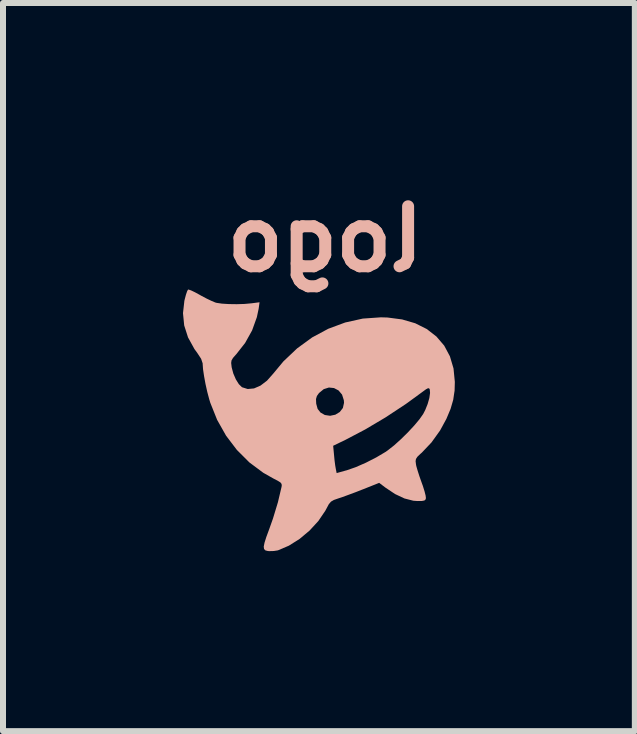
<source format=kicad_pcb>
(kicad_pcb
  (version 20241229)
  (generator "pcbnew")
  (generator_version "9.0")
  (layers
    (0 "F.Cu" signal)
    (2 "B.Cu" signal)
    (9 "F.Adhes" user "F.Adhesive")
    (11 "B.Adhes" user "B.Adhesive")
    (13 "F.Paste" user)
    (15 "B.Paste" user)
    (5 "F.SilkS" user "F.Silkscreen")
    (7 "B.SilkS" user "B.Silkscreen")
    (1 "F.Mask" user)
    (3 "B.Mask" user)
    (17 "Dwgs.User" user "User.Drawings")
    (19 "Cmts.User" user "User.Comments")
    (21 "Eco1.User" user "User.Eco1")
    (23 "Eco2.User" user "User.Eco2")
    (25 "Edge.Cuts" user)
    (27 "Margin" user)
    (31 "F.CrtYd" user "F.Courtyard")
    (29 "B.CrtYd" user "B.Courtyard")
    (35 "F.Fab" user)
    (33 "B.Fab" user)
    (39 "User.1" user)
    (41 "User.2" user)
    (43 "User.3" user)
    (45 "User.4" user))
  (footprint "logo"
    (layer "F.Cu")
    (at 2.396 3.711)
    (property "Reference" "logo" (at -0.025 -2.775 0) (layer "B.SilkS") (effects (font (size 1 1) (thickness 0.2)) (justify mirror)))
    (attr board_only exclude_from_pos_files exclude_from_bom)
    (fp_poly (pts (xy -2.312 -1.934) (xy -2.327 -1.907) (xy -2.347 -1.848) (xy -2.368 -1.768) (xy -2.373 -1.747) (xy -2.396 -1.541) (xy -2.376 -1.337) (xy -2.312 -1.137) (xy -2.205 -0.943) (xy -2.157 -0.877) (xy -2.094 -0.781) (xy -2.068 -0.704) (xy -2.068 -0.694) (xy -2.062 -0.608) (xy -2.045 -0.493) (xy -2.021 -0.362) (xy -1.991 -0.228) (xy -1.958 -0.104) (xy -1.941 -0.048) (xy -1.827 0.237) (xy -1.678 0.501) (xy -1.498 0.738) (xy -1.29 0.946) (xy -1.058 1.119) (xy -0.894 1.212) (xy -0.817 1.252) (xy -0.772 1.28) (xy -0.753 1.305) (xy -0.75 1.335) (xy -0.755 1.361) (xy -0.814 1.611) (xy -0.896 1.881) (xy -0.959 2.059) (xy -1.007 2.189) (xy -1.037 2.284) (xy -1.05 2.349) (xy -1.045 2.39) (xy -1.022 2.413) (xy -0.982 2.423) (xy -0.957 2.425) (xy -0.883 2.423) (xy -0.819 2.413) (xy -0.811 2.411) (xy -0.631 2.334) (xy -0.453 2.222) (xy -0.286 2.082) (xy -0.14 1.923) (xy -0.024 1.752) (xy -0.003 1.713) (xy 0.035 1.642) (xy 0.071 1.6) (xy 0.119 1.572) (xy 0.191 1.547) (xy 0.263 1.523) (xy 0.364 1.486) (xy 0.48 1.443) (xy 0.597 1.397) (xy 0.598 1.397) (xy 0.874 1.287) (xy 0.978 1.366) (xy 1.138 1.473) (xy 1.295 1.547) (xy 1.443 1.585) (xy 1.511 1.59) (xy 1.586 1.589) (xy 1.628 1.581) (xy 1.647 1.564) (xy 1.653 1.541) (xy 1.648 1.499) (xy 1.63 1.428) (xy 1.602 1.338) (xy 1.581 1.28) (xy 1.545 1.178) (xy 1.514 1.081) (xy 1.492 1.004) (xy 1.487 0.976) (xy 1.481 0.926) (xy 1.487 0.889) (xy 1.511 0.852) (xy 1.561 0.804) (xy 1.586 0.782) (xy 1.746 0.613) (xy 1.889 0.414) (xy 1.994 0.221) (xy 2.064 0.054) (xy 2.108 -0.097) (xy 2.125 -0.212) (xy 1.722 -0.212) (xy 1.71 -0.127) (xy 1.682 -0.028) (xy 1.642 0.072) (xy 1.607 0.14) (xy 1.545 0.228) (xy 1.456 0.334) (xy 1.35 0.448) (xy 1.236 0.56) (xy 1.123 0.662) (xy 1.02 0.743) (xy 0.984 0.769) (xy 0.825 0.863) (xy 0.653 0.951) (xy 0.484 1.025) (xy 0.332 1.078) (xy 0.319 1.081) (xy 0.165 1.124) (xy 0.151 1.054) (xy 0.141 0.996) (xy 0.13 0.911) (xy 0.122 0.827) (xy 0.107 0.669) (xy 0.314 0.569) (xy 0.641 0.397) (xy 0.98 0.196) (xy 1.315 -0.025) (xy 1.346 -0.047) (xy 0.288 -0.047) (xy 0.269 0.039) (xy 0.217 0.106) (xy 0.143 0.151) (xy 0.056 0.169) (xy -0.032 0.156) (xy -0.105 0.114) (xy -0.152 0.054) (xy -0.175 -0.03) (xy -0.176 -0.038) (xy -0.179 -0.11) (xy -0.164 -0.161) (xy -0.129 -0.21) (xy -0.05 -0.275) (xy 0.036 -0.302) (xy 0.121 -0.293) (xy 0.197 -0.253) (xy 0.255 -0.184) (xy 0.285 -0.09) (xy 0.288 -0.047) (xy 1.346 -0.047) (xy 1.595 -0.229) (xy 1.655 -0.273) (xy 1.69 -0.291) (xy 1.708 -0.286) (xy 1.717 -0.271) (xy 1.722 -0.212) (xy 2.125 -0.212) (xy 2.131 -0.249) (xy 2.135 -0.396) (xy 2.113 -0.62) (xy 2.053 -0.822) (xy 1.958 -1) (xy 1.828 -1.152) (xy 1.667 -1.277) (xy 1.475 -1.373) (xy 1.256 -1.437) (xy 1.011 -1.469) (xy 0.902 -1.472) (xy 0.601 -1.451) (xy 0.308 -1.386) (xy 0.025 -1.281) (xy -0.243 -1.137) (xy -0.493 -0.955) (xy -0.722 -0.738) (xy -0.894 -0.531) (xy -0.996 -0.416) (xy -1.104 -0.334) (xy -1.212 -0.287) (xy -1.317 -0.277) (xy -1.41 -0.306) (xy -1.415 -0.309) (xy -1.465 -0.358) (xy -1.515 -0.438) (xy -1.557 -0.535) (xy -1.584 -0.636) (xy -1.586 -0.649) (xy -1.593 -0.711) (xy -1.587 -0.754) (xy -1.562 -0.796) (xy -1.512 -0.853) (xy -1.511 -0.853) (xy -1.361 -1.044) (xy -1.244 -1.254) (xy -1.165 -1.474) (xy -1.135 -1.615) (xy -1.12 -1.723) (xy -1.251 -1.706) (xy -1.37 -1.695) (xy -1.501 -1.691) (xy -1.631 -1.693) (xy -1.746 -1.7) (xy -1.835 -1.713) (xy -1.857 -1.719) (xy -1.917 -1.744) (xy -2.001 -1.784) (xy -2.092 -1.832) (xy -2.118 -1.847) (xy -2.197 -1.89) (xy -2.262 -1.921) (xy -2.304 -1.935)) (stroke (width 0) (type solid)) (fill yes) (layer "B.SilkS")))
  (gr_rect
    (start -3 -3)
    (end 7.531 9.136)
    (stroke (width 0.1) (type default))
    (fill no)
    (layer "Edge.Cuts")))
</source>
